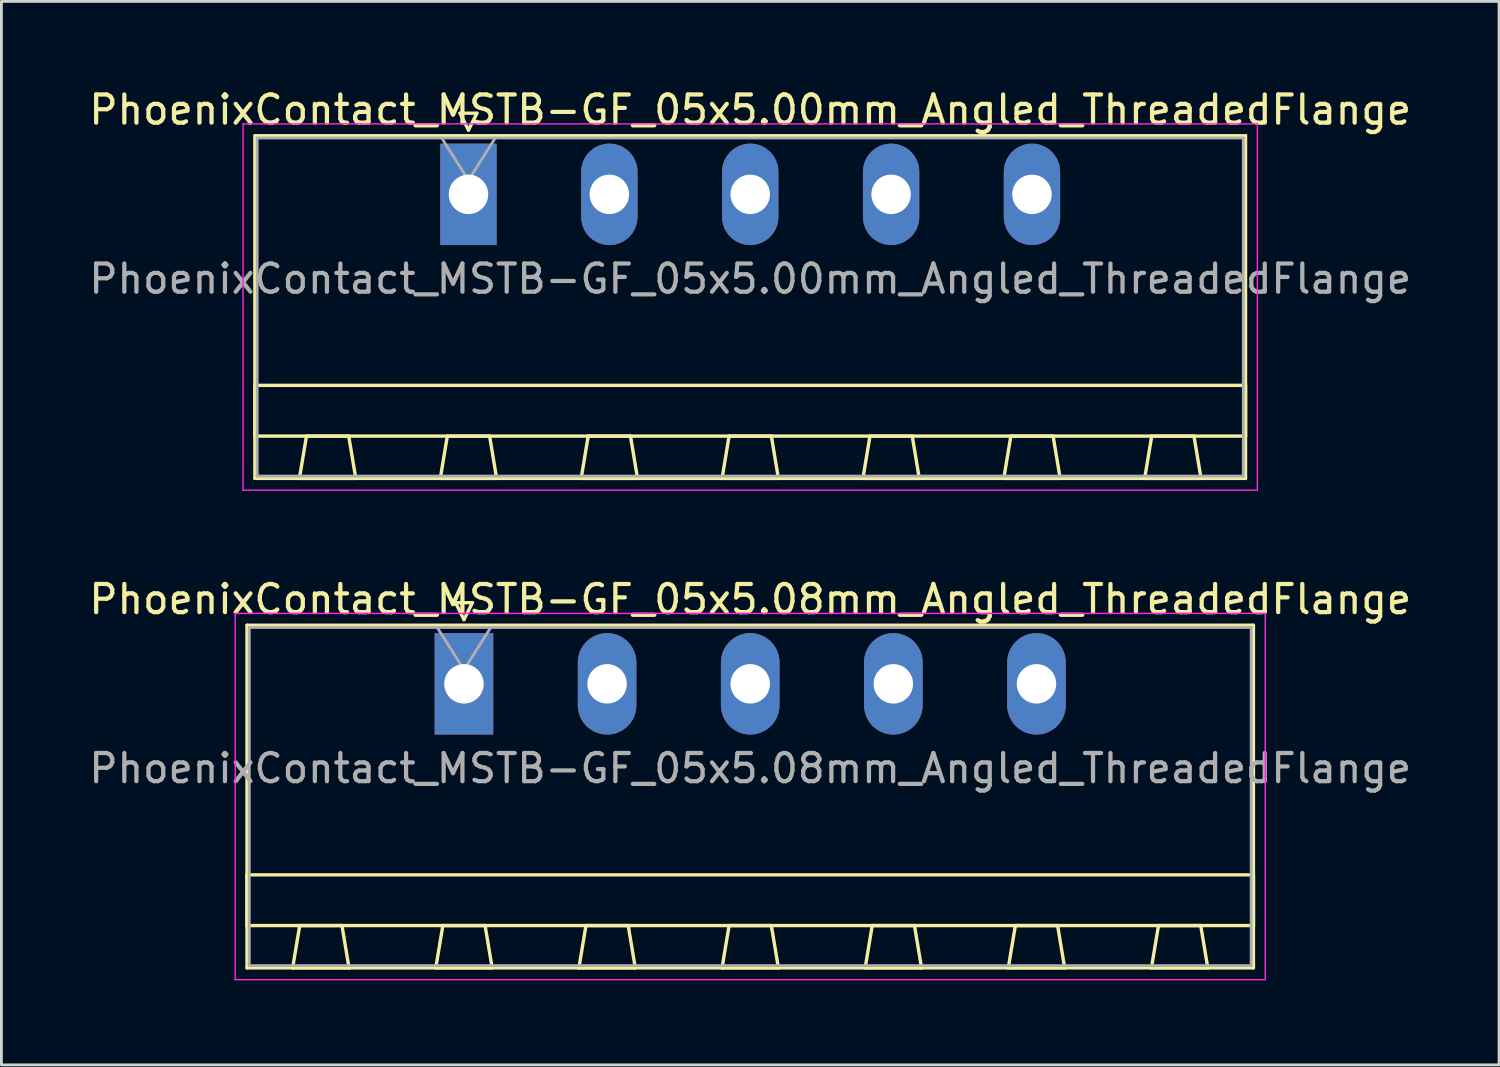
<source format=kicad_pcb>
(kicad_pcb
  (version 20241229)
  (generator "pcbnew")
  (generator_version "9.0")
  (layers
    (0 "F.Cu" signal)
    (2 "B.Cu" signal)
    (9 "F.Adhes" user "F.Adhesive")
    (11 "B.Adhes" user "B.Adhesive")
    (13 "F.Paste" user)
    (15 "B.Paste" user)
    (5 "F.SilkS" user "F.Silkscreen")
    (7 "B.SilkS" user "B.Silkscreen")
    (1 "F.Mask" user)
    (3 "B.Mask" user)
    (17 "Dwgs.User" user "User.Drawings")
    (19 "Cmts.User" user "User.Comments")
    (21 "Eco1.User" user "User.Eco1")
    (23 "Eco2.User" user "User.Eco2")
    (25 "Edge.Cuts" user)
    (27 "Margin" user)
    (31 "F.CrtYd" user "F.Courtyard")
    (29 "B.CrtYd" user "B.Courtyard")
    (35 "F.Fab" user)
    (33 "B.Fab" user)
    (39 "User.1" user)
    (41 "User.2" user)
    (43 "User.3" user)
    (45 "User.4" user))
  (footprint "PhoenixContact_MSTB-GF_05x5.08mm_Angled_ThreadedFlange"
    (layer "F.Cu")
    (at 13.417 21.221)
    (property "Reference" "PhoenixContact_MSTB-GF_05x5.08mm_Angled_ThreadedFlange" (at 10.16 -3 0) (layer "F.SilkS") (effects (font (size 1 1) (thickness 0.15))))
    (attr through_hole)
    (fp_line (start -7.7 -2.08) (end -7.7 10.08) (stroke (width 0.12) (type solid)) (layer "F.SilkS"))
    (fp_line (start -7.7 6.78) (end 28.02 6.78) (stroke (width 0.12) (type solid)) (layer "F.SilkS"))
    (fp_line (start -7.7 8.58) (end -7.7 6.78) (stroke (width 0.12) (type solid)) (layer "F.SilkS"))
    (fp_line (start -7.7 10.08) (end 28.02 10.08) (stroke (width 0.12) (type solid)) (layer "F.SilkS"))
    (fp_line (start -6.08 10.08) (end -4.08 10.08) (stroke (width 0.12) (type solid)) (layer "F.SilkS"))
    (fp_line (start -5.83 8.58) (end -6.08 10.08) (stroke (width 0.12) (type solid)) (layer "F.SilkS"))
    (fp_line (start -4.33 8.58) (end -5.83 8.58) (stroke (width 0.12) (type solid)) (layer "F.SilkS"))
    (fp_line (start -4.08 10.08) (end -4.33 8.58) (stroke (width 0.12) (type solid)) (layer "F.SilkS"))
    (fp_line (start -1 10.08) (end 1 10.08) (stroke (width 0.12) (type solid)) (layer "F.SilkS"))
    (fp_line (start -0.75 8.58) (end -1 10.08) (stroke (width 0.12) (type solid)) (layer "F.SilkS"))
    (fp_line (start -0.3 -2.88) (end 0.3 -2.88) (stroke (width 0.12) (type solid)) (layer "F.SilkS"))
    (fp_line (start 0 -2.28) (end -0.3 -2.88) (stroke (width 0.12) (type solid)) (layer "F.SilkS"))
    (fp_line (start 0.3 -2.88) (end 0 -2.28) (stroke (width 0.12) (type solid)) (layer "F.SilkS"))
    (fp_line (start 0.75 8.58) (end -0.75 8.58) (stroke (width 0.12) (type solid)) (layer "F.SilkS"))
    (fp_line (start 1 10.08) (end 0.75 8.58) (stroke (width 0.12) (type solid)) (layer "F.SilkS"))
    (fp_line (start 4.08 10.08) (end 6.08 10.08) (stroke (width 0.12) (type solid)) (layer "F.SilkS"))
    (fp_line (start 4.33 8.58) (end 4.08 10.08) (stroke (width 0.12) (type solid)) (layer "F.SilkS"))
    (fp_line (start 5.83 8.58) (end 4.33 8.58) (stroke (width 0.12) (type solid)) (layer "F.SilkS"))
    (fp_line (start 6.08 10.08) (end 5.83 8.58) (stroke (width 0.12) (type solid)) (layer "F.SilkS"))
    (fp_line (start 9.16 10.08) (end 11.16 10.08) (stroke (width 0.12) (type solid)) (layer "F.SilkS"))
    (fp_line (start 9.41 8.58) (end 9.16 10.08) (stroke (width 0.12) (type solid)) (layer "F.SilkS"))
    (fp_line (start 10.91 8.58) (end 9.41 8.58) (stroke (width 0.12) (type solid)) (layer "F.SilkS"))
    (fp_line (start 11.16 10.08) (end 10.91 8.58) (stroke (width 0.12) (type solid)) (layer "F.SilkS"))
    (fp_line (start 14.24 10.08) (end 16.24 10.08) (stroke (width 0.12) (type solid)) (layer "F.SilkS"))
    (fp_line (start 14.49 8.58) (end 14.24 10.08) (stroke (width 0.12) (type solid)) (layer "F.SilkS"))
    (fp_line (start 15.99 8.58) (end 14.49 8.58) (stroke (width 0.12) (type solid)) (layer "F.SilkS"))
    (fp_line (start 16.24 10.08) (end 15.99 8.58) (stroke (width 0.12) (type solid)) (layer "F.SilkS"))
    (fp_line (start 19.32 10.08) (end 21.32 10.08) (stroke (width 0.12) (type solid)) (layer "F.SilkS"))
    (fp_line (start 19.57 8.58) (end 19.32 10.08) (stroke (width 0.12) (type solid)) (layer "F.SilkS"))
    (fp_line (start 21.07 8.58) (end 19.57 8.58) (stroke (width 0.12) (type solid)) (layer "F.SilkS"))
    (fp_line (start 21.32 10.08) (end 21.07 8.58) (stroke (width 0.12) (type solid)) (layer "F.SilkS"))
    (fp_line (start 24.4 10.08) (end 26.4 10.08) (stroke (width 0.12) (type solid)) (layer "F.SilkS"))
    (fp_line (start 24.65 8.58) (end 24.4 10.08) (stroke (width 0.12) (type solid)) (layer "F.SilkS"))
    (fp_line (start 26.15 8.58) (end 24.65 8.58) (stroke (width 0.12) (type solid)) (layer "F.SilkS"))
    (fp_line (start 26.4 10.08) (end 26.15 8.58) (stroke (width 0.12) (type solid)) (layer "F.SilkS"))
    (fp_line (start 28.02 -2.08) (end -7.7 -2.08) (stroke (width 0.12) (type solid)) (layer "F.SilkS"))
    (fp_line (start 28.02 6.78) (end 28.02 8.58) (stroke (width 0.12) (type solid)) (layer "F.SilkS"))
    (fp_line (start 28.02 8.58) (end -7.7 8.58) (stroke (width 0.12) (type solid)) (layer "F.SilkS"))
    (fp_line (start 28.02 10.08) (end 28.02 -2.08) (stroke (width 0.12) (type solid)) (layer "F.SilkS"))
    (fp_line (start -8.12 -2.5) (end -8.12 10.5) (stroke (width 0.05) (type solid)) (layer "F.CrtYd"))
    (fp_line (start -8.12 10.5) (end 28.44 10.5) (stroke (width 0.05) (type solid)) (layer "F.CrtYd"))
    (fp_line (start 28.44 -2.5) (end -8.12 -2.5) (stroke (width 0.05) (type solid)) (layer "F.CrtYd"))
    (fp_line (start 28.44 10.5) (end 28.44 -2.5) (stroke (width 0.05) (type solid)) (layer "F.CrtYd"))
    (fp_line (start -7.62 -2) (end -7.62 10) (stroke (width 0.1) (type solid)) (layer "F.Fab"))
    (fp_line (start -7.62 10) (end 27.94 10) (stroke (width 0.1) (type solid)) (layer "F.Fab"))
    (fp_line (start 0 -0.5) (end -0.95 -2) (stroke (width 0.1) (type solid)) (layer "F.Fab"))
    (fp_line (start 0.95 -2) (end 0 -0.5) (stroke (width 0.1) (type solid)) (layer "F.Fab"))
    (fp_line (start 27.94 -2) (end -7.62 -2) (stroke (width 0.1) (type solid)) (layer "F.Fab"))
    (fp_line (start 27.94 10) (end 27.94 -2) (stroke (width 0.1) (type solid)) (layer "F.Fab"))
    (fp_text user "${REFERENCE}" (at 10.16 3 0) (layer "F.Fab") (effects (font (size 1 1) (thickness 0.15))))
    (pad "1" thru_hole rect (at 0 0) (size 2.08 3.6) (drill 1.4) (layers "*.Cu" "*.Mask"))
    (pad "2" thru_hole oval (at 5.08 0) (size 2.08 3.6) (drill 1.4) (layers "*.Cu" "*.Mask"))
    (pad "3" thru_hole oval (at 10.16 0) (size 2.08 3.6) (drill 1.4) (layers "*.Cu" "*.Mask"))
    (pad "4" thru_hole oval (at 15.24 0) (size 2.08 3.6) (drill 1.4) (layers "*.Cu" "*.Mask"))
    (pad "5" thru_hole oval (at 20.32 0) (size 2.08 3.6) (drill 1.4) (layers "*.Cu" "*.Mask")))
  (footprint "PhoenixContact_MSTB-GF_05x5.00mm_Angled_ThreadedFlange"
    (layer "F.Cu")
    (at 13.577 3.848)
    (property "Reference" "PhoenixContact_MSTB-GF_05x5.00mm_Angled_ThreadedFlange" (at 10 -3 0) (layer "F.SilkS") (effects (font (size 1 1) (thickness 0.15))))
    (attr through_hole)
    (fp_line (start -7.58 -2.08) (end -7.58 10.08) (stroke (width 0.12) (type solid)) (layer "F.SilkS"))
    (fp_line (start -7.58 6.78) (end 27.58 6.78) (stroke (width 0.12) (type solid)) (layer "F.SilkS"))
    (fp_line (start -7.58 8.58) (end -7.58 6.78) (stroke (width 0.12) (type solid)) (layer "F.SilkS"))
    (fp_line (start -7.58 10.08) (end 27.58 10.08) (stroke (width 0.12) (type solid)) (layer "F.SilkS"))
    (fp_line (start -6 10.08) (end -4 10.08) (stroke (width 0.12) (type solid)) (layer "F.SilkS"))
    (fp_line (start -5.75 8.58) (end -6 10.08) (stroke (width 0.12) (type solid)) (layer "F.SilkS"))
    (fp_line (start -4.25 8.58) (end -5.75 8.58) (stroke (width 0.12) (type solid)) (layer "F.SilkS"))
    (fp_line (start -4 10.08) (end -4.25 8.58) (stroke (width 0.12) (type solid)) (layer "F.SilkS"))
    (fp_line (start -1 10.08) (end 1 10.08) (stroke (width 0.12) (type solid)) (layer "F.SilkS"))
    (fp_line (start -0.75 8.58) (end -1 10.08) (stroke (width 0.12) (type solid)) (layer "F.SilkS"))
    (fp_line (start -0.3 -2.88) (end 0.3 -2.88) (stroke (width 0.12) (type solid)) (layer "F.SilkS"))
    (fp_line (start 0 -2.28) (end -0.3 -2.88) (stroke (width 0.12) (type solid)) (layer "F.SilkS"))
    (fp_line (start 0.3 -2.88) (end 0 -2.28) (stroke (width 0.12) (type solid)) (layer "F.SilkS"))
    (fp_line (start 0.75 8.58) (end -0.75 8.58) (stroke (width 0.12) (type solid)) (layer "F.SilkS"))
    (fp_line (start 1 10.08) (end 0.75 8.58) (stroke (width 0.12) (type solid)) (layer "F.SilkS"))
    (fp_line (start 4 10.08) (end 6 10.08) (stroke (width 0.12) (type solid)) (layer "F.SilkS"))
    (fp_line (start 4.25 8.58) (end 4 10.08) (stroke (width 0.12) (type solid)) (layer "F.SilkS"))
    (fp_line (start 5.75 8.58) (end 4.25 8.58) (stroke (width 0.12) (type solid)) (layer "F.SilkS"))
    (fp_line (start 6 10.08) (end 5.75 8.58) (stroke (width 0.12) (type solid)) (layer "F.SilkS"))
    (fp_line (start 9 10.08) (end 11 10.08) (stroke (width 0.12) (type solid)) (layer "F.SilkS"))
    (fp_line (start 9.25 8.58) (end 9 10.08) (stroke (width 0.12) (type solid)) (layer "F.SilkS"))
    (fp_line (start 10.75 8.58) (end 9.25 8.58) (stroke (width 0.12) (type solid)) (layer "F.SilkS"))
    (fp_line (start 11 10.08) (end 10.75 8.58) (stroke (width 0.12) (type solid)) (layer "F.SilkS"))
    (fp_line (start 14 10.08) (end 16 10.08) (stroke (width 0.12) (type solid)) (layer "F.SilkS"))
    (fp_line (start 14.25 8.58) (end 14 10.08) (stroke (width 0.12) (type solid)) (layer "F.SilkS"))
    (fp_line (start 15.75 8.58) (end 14.25 8.58) (stroke (width 0.12) (type solid)) (layer "F.SilkS"))
    (fp_line (start 16 10.08) (end 15.75 8.58) (stroke (width 0.12) (type solid)) (layer "F.SilkS"))
    (fp_line (start 19 10.08) (end 21 10.08) (stroke (width 0.12) (type solid)) (layer "F.SilkS"))
    (fp_line (start 19.25 8.58) (end 19 10.08) (stroke (width 0.12) (type solid)) (layer "F.SilkS"))
    (fp_line (start 20.75 8.58) (end 19.25 8.58) (stroke (width 0.12) (type solid)) (layer "F.SilkS"))
    (fp_line (start 21 10.08) (end 20.75 8.58) (stroke (width 0.12) (type solid)) (layer "F.SilkS"))
    (fp_line (start 24 10.08) (end 26 10.08) (stroke (width 0.12) (type solid)) (layer "F.SilkS"))
    (fp_line (start 24.25 8.58) (end 24 10.08) (stroke (width 0.12) (type solid)) (layer "F.SilkS"))
    (fp_line (start 25.75 8.58) (end 24.25 8.58) (stroke (width 0.12) (type solid)) (layer "F.SilkS"))
    (fp_line (start 26 10.08) (end 25.75 8.58) (stroke (width 0.12) (type solid)) (layer "F.SilkS"))
    (fp_line (start 27.58 -2.08) (end -7.58 -2.08) (stroke (width 0.12) (type solid)) (layer "F.SilkS"))
    (fp_line (start 27.58 6.78) (end 27.58 8.58) (stroke (width 0.12) (type solid)) (layer "F.SilkS"))
    (fp_line (start 27.58 8.58) (end -7.58 8.58) (stroke (width 0.12) (type solid)) (layer "F.SilkS"))
    (fp_line (start 27.58 10.08) (end 27.58 -2.08) (stroke (width 0.12) (type solid)) (layer "F.SilkS"))
    (fp_line (start -8 -2.5) (end -8 10.5) (stroke (width 0.05) (type solid)) (layer "F.CrtYd"))
    (fp_line (start -8 10.5) (end 28 10.5) (stroke (width 0.05) (type solid)) (layer "F.CrtYd"))
    (fp_line (start 28 -2.5) (end -8 -2.5) (stroke (width 0.05) (type solid)) (layer "F.CrtYd"))
    (fp_line (start 28 10.5) (end 28 -2.5) (stroke (width 0.05) (type solid)) (layer "F.CrtYd"))
    (fp_line (start -7.5 -2) (end -7.5 10) (stroke (width 0.1) (type solid)) (layer "F.Fab"))
    (fp_line (start -7.5 10) (end 27.5 10) (stroke (width 0.1) (type solid)) (layer "F.Fab"))
    (fp_line (start 0 -0.5) (end -0.95 -2) (stroke (width 0.1) (type solid)) (layer "F.Fab"))
    (fp_line (start 0.95 -2) (end 0 -0.5) (stroke (width 0.1) (type solid)) (layer "F.Fab"))
    (fp_line (start 27.5 -2) (end -7.5 -2) (stroke (width 0.1) (type solid)) (layer "F.Fab"))
    (fp_line (start 27.5 10) (end 27.5 -2) (stroke (width 0.1) (type solid)) (layer "F.Fab"))
    (fp_text user "${REFERENCE}" (at 10 3 0) (layer "F.Fab") (effects (font (size 1 1) (thickness 0.15))))
    (pad "1" thru_hole rect (at 0 0) (size 2 3.6) (drill 1.4) (layers "*.Cu" "*.Mask"))
    (pad "2" thru_hole oval (at 5 0) (size 2 3.6) (drill 1.4) (layers "*.Cu" "*.Mask"))
    (pad "3" thru_hole oval (at 10 0) (size 2 3.6) (drill 1.4) (layers "*.Cu" "*.Mask"))
    (pad "4" thru_hole oval (at 15 0) (size 2 3.6) (drill 1.4) (layers "*.Cu" "*.Mask"))
    (pad "5" thru_hole oval (at 20 0) (size 2 3.6) (drill 1.4) (layers "*.Cu" "*.Mask")))
  (gr_rect
    (start -3 -3)
    (end 50.155 34.746)
    (stroke (width 0.1) (type default))
    (fill no)
    (layer "Edge.Cuts")))
</source>
